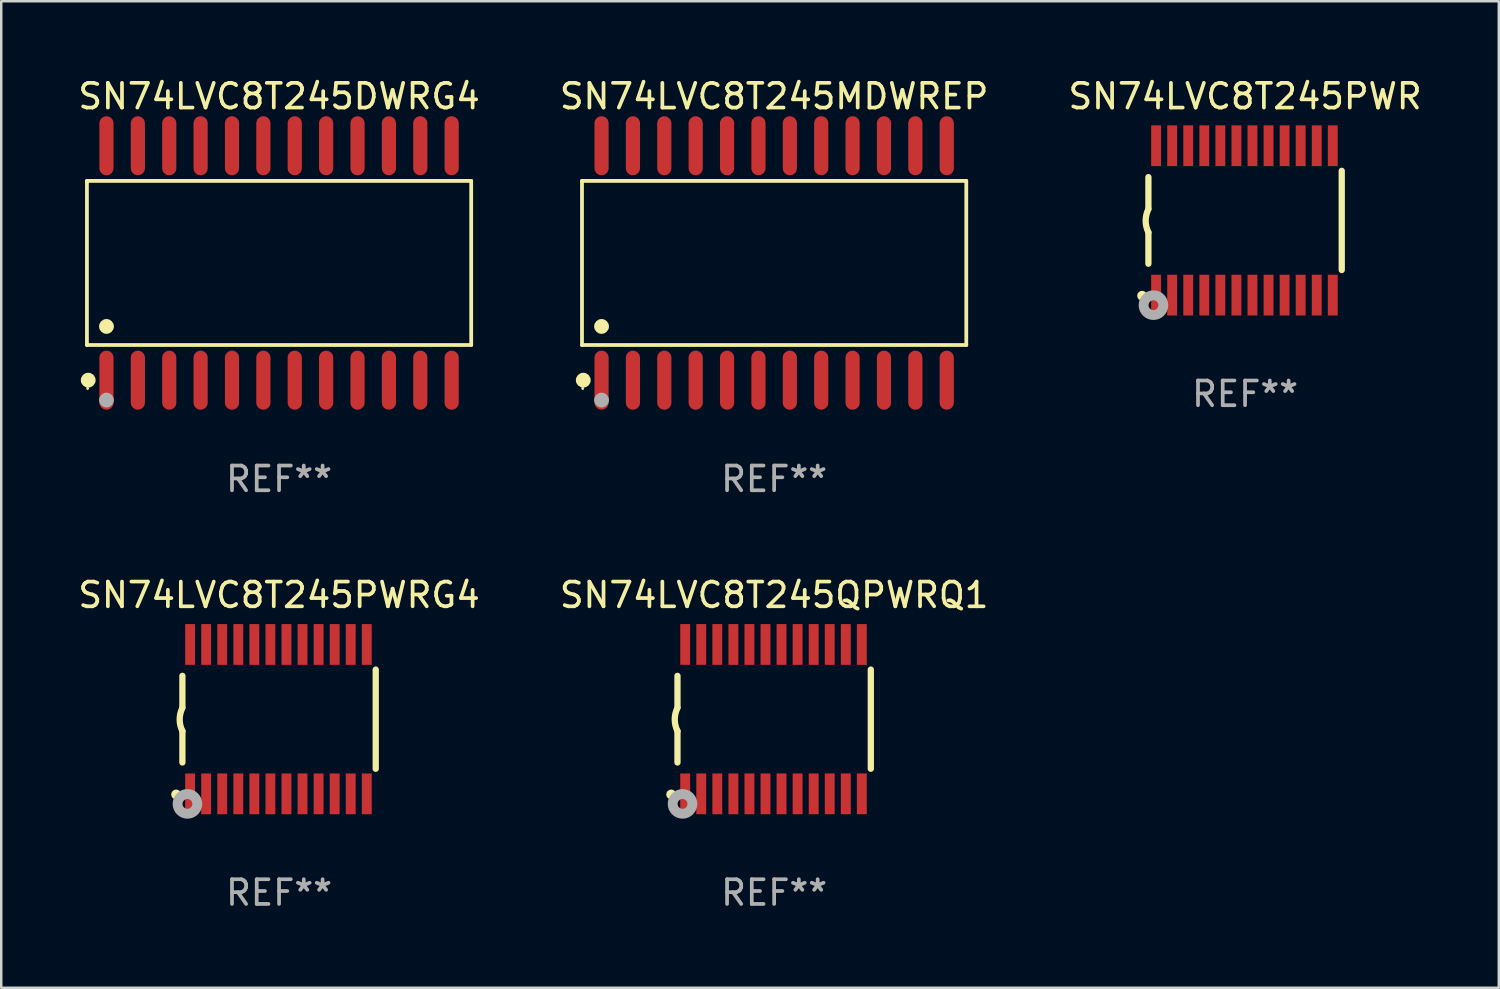
<source format=kicad_pcb>
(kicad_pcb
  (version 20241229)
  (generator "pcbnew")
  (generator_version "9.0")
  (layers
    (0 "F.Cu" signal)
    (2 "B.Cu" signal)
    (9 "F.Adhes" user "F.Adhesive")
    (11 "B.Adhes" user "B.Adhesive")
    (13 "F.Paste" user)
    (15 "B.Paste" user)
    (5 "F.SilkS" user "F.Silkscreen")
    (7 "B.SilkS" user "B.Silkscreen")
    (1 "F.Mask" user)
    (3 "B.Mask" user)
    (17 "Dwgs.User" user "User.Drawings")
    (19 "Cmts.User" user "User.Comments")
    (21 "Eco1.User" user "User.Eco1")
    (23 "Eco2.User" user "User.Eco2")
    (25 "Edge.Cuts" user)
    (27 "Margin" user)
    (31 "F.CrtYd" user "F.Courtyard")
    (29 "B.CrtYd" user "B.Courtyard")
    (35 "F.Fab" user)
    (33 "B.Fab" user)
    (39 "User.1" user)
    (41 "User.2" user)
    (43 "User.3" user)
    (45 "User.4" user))
  (footprint "SN74LVC8T245PWRG4"
    (layer "F.Cu")
    (at 8.244 26.055)
    (property "Reference" "SN74LVC8T245PWRG4" (at 0 -5.023 0) (layer "F.SilkS") (effects (font (size 1 1) (thickness 0.15))))
    (attr through_hole)
    (fp_line (start -3.912 -0.483) (end -3.912 -1.753) (stroke (width 0.254) (type solid)) (layer "F.SilkS"))
    (fp_line (start -3.912 1.753) (end -3.912 0.483) (stroke (width 0.254) (type solid)) (layer "F.SilkS"))
    (fp_line (start 3.912 -2.007) (end 3.912 2.007) (stroke (width 0.254) (type solid)) (layer "F.SilkS"))
    (fp_arc (start -3.911608 0.482601) (mid -4.022537 0.0127) (end -3.911608 -0.457201) (stroke (width 0.254001) (type solid)) (layer "F.SilkS"))
    (fp_circle (center -4.166 3.048) (end -4.066 3.048) (stroke (width 0.2) (type solid)) (fill no) (layer "F.SilkS"))
    (fp_circle (center -3.925 3.186) (end -3.895 3.186) (stroke (width 0.06) (type solid)) (fill no) (layer "F.SilkS"))
    (fp_circle (center -3.708 3.429) (end -3.509 3.429) (stroke (width 0.4) (type solid)) (fill no) (layer "F.Fab"))
    (fp_text user "REF**" (at 0 7.023 0) (layer "F.Fab") (effects (font (size 1 1) (thickness 0.15))))
    (pad "1" smd rect (at -3.6 3.023) (size 0.4 1.65) (layers "F.Cu" "F.Mask" "F.Paste"))
    (pad "2" smd rect (at -2.95 3.023) (size 0.4 1.65) (layers "F.Cu" "F.Mask" "F.Paste"))
    (pad "3" smd rect (at -2.3 3.023) (size 0.4 1.65) (layers "F.Cu" "F.Mask" "F.Paste"))
    (pad "4" smd rect (at -1.65 3.023) (size 0.4 1.65) (layers "F.Cu" "F.Mask" "F.Paste"))
    (pad "5" smd rect (at -1 3.023) (size 0.4 1.65) (layers "F.Cu" "F.Mask" "F.Paste"))
    (pad "6" smd rect (at -0.35 3.023) (size 0.4 1.65) (layers "F.Cu" "F.Mask" "F.Paste"))
    (pad "7" smd rect (at 0.299 3.023) (size 0.4 1.65) (layers "F.Cu" "F.Mask" "F.Paste"))
    (pad "8" smd rect (at 0.95 3.023) (size 0.4 1.65) (layers "F.Cu" "F.Mask" "F.Paste"))
    (pad "9" smd rect (at 1.6 3.023) (size 0.4 1.65) (layers "F.Cu" "F.Mask" "F.Paste"))
    (pad "10" smd rect (at 2.25 3.023) (size 0.4 1.65) (layers "F.Cu" "F.Mask" "F.Paste"))
    (pad "11" smd rect (at 2.9 3.023) (size 0.4 1.65) (layers "F.Cu" "F.Mask" "F.Paste"))
    (pad "12" smd rect (at 3.549 3.023) (size 0.4 1.65) (layers "F.Cu" "F.Mask" "F.Paste"))
    (pad "13" smd rect (at 3.549 -3.023) (size 0.4 1.65) (layers "F.Cu" "F.Mask" "F.Paste"))
    (pad "14" smd rect (at 2.9 -3.023) (size 0.4 1.65) (layers "F.Cu" "F.Mask" "F.Paste"))
    (pad "15" smd rect (at 2.25 -3.023) (size 0.4 1.65) (layers "F.Cu" "F.Mask" "F.Paste"))
    (pad "16" smd rect (at 1.6 -3.023) (size 0.4 1.65) (layers "F.Cu" "F.Mask" "F.Paste"))
    (pad "17" smd rect (at 0.95 -3.023) (size 0.4 1.65) (layers "F.Cu" "F.Mask" "F.Paste"))
    (pad "18" smd rect (at 0.299 -3.023) (size 0.4 1.65) (layers "F.Cu" "F.Mask" "F.Paste"))
    (pad "19" smd rect (at -0.35 -3.023) (size 0.4 1.65) (layers "F.Cu" "F.Mask" "F.Paste"))
    (pad "20" smd rect (at -1 -3.023) (size 0.4 1.65) (layers "F.Cu" "F.Mask" "F.Paste"))
    (pad "21" smd rect (at -1.65 -3.023) (size 0.4 1.65) (layers "F.Cu" "F.Mask" "F.Paste"))
    (pad "22" smd rect (at -2.3 -3.023) (size 0.4 1.65) (layers "F.Cu" "F.Mask" "F.Paste"))
    (pad "23" smd rect (at -2.95 -3.023) (size 0.4 1.65) (layers "F.Cu" "F.Mask" "F.Paste"))
    (pad "24" smd rect (at -3.6 -3.023) (size 0.4 1.65) (layers "F.Cu" "F.Mask" "F.Paste")))
  (footprint "SN74LVC8T245QPWRQ1"
    (layer "F.Cu")
    (at 28.28 26.055)
    (property "Reference" "SN74LVC8T245QPWRQ1" (at 0 -5.023 0) (layer "F.SilkS") (effects (font (size 1 1) (thickness 0.15))))
    (attr through_hole)
    (fp_line (start -3.912 -0.483) (end -3.912 -1.753) (stroke (width 0.254) (type solid)) (layer "F.SilkS"))
    (fp_line (start -3.912 1.753) (end -3.912 0.483) (stroke (width 0.254) (type solid)) (layer "F.SilkS"))
    (fp_line (start 3.912 -2.007) (end 3.912 2.007) (stroke (width 0.254) (type solid)) (layer "F.SilkS"))
    (fp_arc (start -3.911608 0.482601) (mid -4.022537 0.0127) (end -3.911608 -0.457201) (stroke (width 0.254001) (type solid)) (layer "F.SilkS"))
    (fp_circle (center -4.166 3.048) (end -4.066 3.048) (stroke (width 0.2) (type solid)) (fill no) (layer "F.SilkS"))
    (fp_circle (center -3.925 3.186) (end -3.895 3.186) (stroke (width 0.06) (type solid)) (fill no) (layer "F.SilkS"))
    (fp_circle (center -3.708 3.429) (end -3.509 3.429) (stroke (width 0.4) (type solid)) (fill no) (layer "F.Fab"))
    (fp_text user "REF**" (at 0 7.023 0) (layer "F.Fab") (effects (font (size 1 1) (thickness 0.15))))
    (pad "1" smd rect (at -3.6 3.023) (size 0.4 1.65) (layers "F.Cu" "F.Mask" "F.Paste"))
    (pad "2" smd rect (at -2.95 3.023) (size 0.4 1.65) (layers "F.Cu" "F.Mask" "F.Paste"))
    (pad "3" smd rect (at -2.3 3.023) (size 0.4 1.65) (layers "F.Cu" "F.Mask" "F.Paste"))
    (pad "4" smd rect (at -1.65 3.023) (size 0.4 1.65) (layers "F.Cu" "F.Mask" "F.Paste"))
    (pad "5" smd rect (at -1 3.023) (size 0.4 1.65) (layers "F.Cu" "F.Mask" "F.Paste"))
    (pad "6" smd rect (at -0.35 3.023) (size 0.4 1.65) (layers "F.Cu" "F.Mask" "F.Paste"))
    (pad "7" smd rect (at 0.299 3.023) (size 0.4 1.65) (layers "F.Cu" "F.Mask" "F.Paste"))
    (pad "8" smd rect (at 0.95 3.023) (size 0.4 1.65) (layers "F.Cu" "F.Mask" "F.Paste"))
    (pad "9" smd rect (at 1.6 3.023) (size 0.4 1.65) (layers "F.Cu" "F.Mask" "F.Paste"))
    (pad "10" smd rect (at 2.25 3.023) (size 0.4 1.65) (layers "F.Cu" "F.Mask" "F.Paste"))
    (pad "11" smd rect (at 2.9 3.023) (size 0.4 1.65) (layers "F.Cu" "F.Mask" "F.Paste"))
    (pad "12" smd rect (at 3.549 3.023) (size 0.4 1.65) (layers "F.Cu" "F.Mask" "F.Paste"))
    (pad "13" smd rect (at 3.549 -3.023) (size 0.4 1.65) (layers "F.Cu" "F.Mask" "F.Paste"))
    (pad "14" smd rect (at 2.9 -3.023) (size 0.4 1.65) (layers "F.Cu" "F.Mask" "F.Paste"))
    (pad "15" smd rect (at 2.25 -3.023) (size 0.4 1.65) (layers "F.Cu" "F.Mask" "F.Paste"))
    (pad "16" smd rect (at 1.6 -3.023) (size 0.4 1.65) (layers "F.Cu" "F.Mask" "F.Paste"))
    (pad "17" smd rect (at 0.95 -3.023) (size 0.4 1.65) (layers "F.Cu" "F.Mask" "F.Paste"))
    (pad "18" smd rect (at 0.299 -3.023) (size 0.4 1.65) (layers "F.Cu" "F.Mask" "F.Paste"))
    (pad "19" smd rect (at -0.35 -3.023) (size 0.4 1.65) (layers "F.Cu" "F.Mask" "F.Paste"))
    (pad "20" smd rect (at -1 -3.023) (size 0.4 1.65) (layers "F.Cu" "F.Mask" "F.Paste"))
    (pad "21" smd rect (at -1.65 -3.023) (size 0.4 1.65) (layers "F.Cu" "F.Mask" "F.Paste"))
    (pad "22" smd rect (at -2.3 -3.023) (size 0.4 1.65) (layers "F.Cu" "F.Mask" "F.Paste"))
    (pad "23" smd rect (at -2.95 -3.023) (size 0.4 1.65) (layers "F.Cu" "F.Mask" "F.Paste"))
    (pad "24" smd rect (at -3.6 -3.023) (size 0.4 1.65) (layers "F.Cu" "F.Mask" "F.Paste")))
  (footprint "SN74LVC8T245DWRG4"
    (layer "F.Cu")
    (at 8.244 7.592)
    (property "Reference" "SN74LVC8T245DWRG4" (at 0 -6.744 0) (layer "F.SilkS") (effects (font (size 1 1) (thickness 0.15))))
    (attr through_hole)
    (fp_line (start -7.776 -3.321) (end 7.776 -3.321) (stroke (width 0.152) (type solid)) (layer "F.SilkS"))
    (fp_line (start -7.776 3.321) (end -7.776 -3.321) (stroke (width 0.152) (type solid)) (layer "F.SilkS"))
    (fp_line (start 7.776 -3.321) (end 7.776 3.321) (stroke (width 0.152) (type solid)) (layer "F.SilkS"))
    (fp_line (start 7.776 3.321) (end -7.776 3.321) (stroke (width 0.152) (type solid)) (layer "F.SilkS"))
    (fp_circle (center -7.747 5.08) (end -7.717 5.08) (stroke (width 0.06) (type solid)) (fill no) (layer "F.SilkS"))
    (fp_circle (center -7.724 4.744) (end -7.574 4.744) (stroke (width 0.3) (type solid)) (fill no) (layer "F.SilkS"))
    (fp_circle (center -6.985 2.569) (end -6.835 2.569) (stroke (width 0.3) (type solid)) (fill no) (layer "F.SilkS"))
    (fp_circle (center -6.985 5.55) (end -6.835 5.55) (stroke (width 0.3) (type solid)) (fill no) (layer "F.Fab"))
    (fp_text user "REF**" (at 0 8.744 0) (layer "F.Fab") (effects (font (size 1 1) (thickness 0.15))))
    (pad "1" smd oval (at -6.985 4.744) (size 0.574 2.388) (layers "F.Cu" "F.Mask" "F.Paste"))
    (pad "2" smd oval (at -5.715 4.744) (size 0.574 2.388) (layers "F.Cu" "F.Mask" "F.Paste"))
    (pad "3" smd oval (at -4.445 4.744) (size 0.574 2.388) (layers "F.Cu" "F.Mask" "F.Paste"))
    (pad "4" smd oval (at -3.175 4.744) (size 0.574 2.388) (layers "F.Cu" "F.Mask" "F.Paste"))
    (pad "5" smd oval (at -1.905 4.744) (size 0.574 2.388) (layers "F.Cu" "F.Mask" "F.Paste"))
    (pad "6" smd oval (at -0.635 4.744) (size 0.574 2.388) (layers "F.Cu" "F.Mask" "F.Paste"))
    (pad "7" smd oval (at 0.635 4.744) (size 0.574 2.388) (layers "F.Cu" "F.Mask" "F.Paste"))
    (pad "8" smd oval (at 1.905 4.744) (size 0.574 2.388) (layers "F.Cu" "F.Mask" "F.Paste"))
    (pad "9" smd oval (at 3.175 4.744) (size 0.574 2.388) (layers "F.Cu" "F.Mask" "F.Paste"))
    (pad "10" smd oval (at 4.445 4.744) (size 0.574 2.388) (layers "F.Cu" "F.Mask" "F.Paste"))
    (pad "11" smd oval (at 5.715 4.744) (size 0.574 2.388) (layers "F.Cu" "F.Mask" "F.Paste"))
    (pad "12" smd oval (at 6.985 4.744) (size 0.574 2.388) (layers "F.Cu" "F.Mask" "F.Paste"))
    (pad "13" smd oval (at 6.985 -4.744) (size 0.574 2.388) (layers "F.Cu" "F.Mask" "F.Paste"))
    (pad "14" smd oval (at 5.715 -4.744) (size 0.574 2.388) (layers "F.Cu" "F.Mask" "F.Paste"))
    (pad "15" smd oval (at 4.445 -4.744) (size 0.574 2.388) (layers "F.Cu" "F.Mask" "F.Paste"))
    (pad "16" smd oval (at 3.175 -4.744) (size 0.574 2.388) (layers "F.Cu" "F.Mask" "F.Paste"))
    (pad "17" smd oval (at 1.905 -4.744) (size 0.574 2.388) (layers "F.Cu" "F.Mask" "F.Paste"))
    (pad "18" smd oval (at 0.635 -4.744) (size 0.574 2.388) (layers "F.Cu" "F.Mask" "F.Paste"))
    (pad "19" smd oval (at -0.635 -4.744) (size 0.574 2.388) (layers "F.Cu" "F.Mask" "F.Paste"))
    (pad "20" smd oval (at -1.905 -4.744) (size 0.574 2.388) (layers "F.Cu" "F.Mask" "F.Paste"))
    (pad "21" smd oval (at -3.175 -4.744) (size 0.574 2.388) (layers "F.Cu" "F.Mask" "F.Paste"))
    (pad "22" smd oval (at -4.445 -4.744) (size 0.574 2.388) (layers "F.Cu" "F.Mask" "F.Paste"))
    (pad "23" smd oval (at -5.715 -4.744) (size 0.574 2.388) (layers "F.Cu" "F.Mask" "F.Paste"))
    (pad "24" smd oval (at -6.985 -4.744) (size 0.574 2.388) (layers "F.Cu" "F.Mask" "F.Paste")))
  (footprint "SN74LVC8T245PWR"
    (layer "F.Cu")
    (at 47.339 5.871)
    (property "Reference" "SN74LVC8T245PWR" (at 0 -5.023 0) (layer "F.SilkS") (effects (font (size 1 1) (thickness 0.15))))
    (attr through_hole)
    (fp_line (start -3.912 -0.483) (end -3.912 -1.753) (stroke (width 0.254) (type solid)) (layer "F.SilkS"))
    (fp_line (start -3.912 1.753) (end -3.912 0.483) (stroke (width 0.254) (type solid)) (layer "F.SilkS"))
    (fp_line (start 3.912 -2.007) (end 3.912 2.007) (stroke (width 0.254) (type solid)) (layer "F.SilkS"))
    (fp_arc (start -3.911608 0.482601) (mid -4.022537 0.0127) (end -3.911608 -0.457201) (stroke (width 0.254001) (type solid)) (layer "F.SilkS"))
    (fp_circle (center -4.166 3.048) (end -4.066 3.048) (stroke (width 0.2) (type solid)) (fill no) (layer "F.SilkS"))
    (fp_circle (center -3.925 3.186) (end -3.895 3.186) (stroke (width 0.06) (type solid)) (fill no) (layer "F.SilkS"))
    (fp_circle (center -3.708 3.429) (end -3.509 3.429) (stroke (width 0.4) (type solid)) (fill no) (layer "F.Fab"))
    (fp_text user "REF**" (at 0 7.023 0) (layer "F.Fab") (effects (font (size 1 1) (thickness 0.15))))
    (pad "1" smd rect (at -3.6 3.023) (size 0.4 1.65) (layers "F.Cu" "F.Mask" "F.Paste"))
    (pad "2" smd rect (at -2.95 3.023) (size 0.4 1.65) (layers "F.Cu" "F.Mask" "F.Paste"))
    (pad "3" smd rect (at -2.3 3.023) (size 0.4 1.65) (layers "F.Cu" "F.Mask" "F.Paste"))
    (pad "4" smd rect (at -1.65 3.023) (size 0.4 1.65) (layers "F.Cu" "F.Mask" "F.Paste"))
    (pad "5" smd rect (at -1 3.023) (size 0.4 1.65) (layers "F.Cu" "F.Mask" "F.Paste"))
    (pad "6" smd rect (at -0.35 3.023) (size 0.4 1.65) (layers "F.Cu" "F.Mask" "F.Paste"))
    (pad "7" smd rect (at 0.299 3.023) (size 0.4 1.65) (layers "F.Cu" "F.Mask" "F.Paste"))
    (pad "8" smd rect (at 0.95 3.023) (size 0.4 1.65) (layers "F.Cu" "F.Mask" "F.Paste"))
    (pad "9" smd rect (at 1.6 3.023) (size 0.4 1.65) (layers "F.Cu" "F.Mask" "F.Paste"))
    (pad "10" smd rect (at 2.25 3.023) (size 0.4 1.65) (layers "F.Cu" "F.Mask" "F.Paste"))
    (pad "11" smd rect (at 2.9 3.023) (size 0.4 1.65) (layers "F.Cu" "F.Mask" "F.Paste"))
    (pad "12" smd rect (at 3.549 3.023) (size 0.4 1.65) (layers "F.Cu" "F.Mask" "F.Paste"))
    (pad "13" smd rect (at 3.549 -3.023) (size 0.4 1.65) (layers "F.Cu" "F.Mask" "F.Paste"))
    (pad "14" smd rect (at 2.9 -3.023) (size 0.4 1.65) (layers "F.Cu" "F.Mask" "F.Paste"))
    (pad "15" smd rect (at 2.25 -3.023) (size 0.4 1.65) (layers "F.Cu" "F.Mask" "F.Paste"))
    (pad "16" smd rect (at 1.6 -3.023) (size 0.4 1.65) (layers "F.Cu" "F.Mask" "F.Paste"))
    (pad "17" smd rect (at 0.95 -3.023) (size 0.4 1.65) (layers "F.Cu" "F.Mask" "F.Paste"))
    (pad "18" smd rect (at 0.299 -3.023) (size 0.4 1.65) (layers "F.Cu" "F.Mask" "F.Paste"))
    (pad "19" smd rect (at -0.35 -3.023) (size 0.4 1.65) (layers "F.Cu" "F.Mask" "F.Paste"))
    (pad "20" smd rect (at -1 -3.023) (size 0.4 1.65) (layers "F.Cu" "F.Mask" "F.Paste"))
    (pad "21" smd rect (at -1.65 -3.023) (size 0.4 1.65) (layers "F.Cu" "F.Mask" "F.Paste"))
    (pad "22" smd rect (at -2.3 -3.023) (size 0.4 1.65) (layers "F.Cu" "F.Mask" "F.Paste"))
    (pad "23" smd rect (at -2.95 -3.023) (size 0.4 1.65) (layers "F.Cu" "F.Mask" "F.Paste"))
    (pad "24" smd rect (at -3.6 -3.023) (size 0.4 1.65) (layers "F.Cu" "F.Mask" "F.Paste")))
  (footprint "SN74LVC8T245MDWREP"
    (layer "F.Cu")
    (at 28.28 7.592)
    (property "Reference" "SN74LVC8T245MDWREP" (at 0 -6.744 0) (layer "F.SilkS") (effects (font (size 1 1) (thickness 0.15))))
    (attr through_hole)
    (fp_line (start -7.776 -3.321) (end 7.776 -3.321) (stroke (width 0.152) (type solid)) (layer "F.SilkS"))
    (fp_line (start -7.776 3.321) (end -7.776 -3.321) (stroke (width 0.152) (type solid)) (layer "F.SilkS"))
    (fp_line (start 7.776 -3.321) (end 7.776 3.321) (stroke (width 0.152) (type solid)) (layer "F.SilkS"))
    (fp_line (start 7.776 3.321) (end -7.776 3.321) (stroke (width 0.152) (type solid)) (layer "F.SilkS"))
    (fp_circle (center -7.747 5.08) (end -7.717 5.08) (stroke (width 0.06) (type solid)) (fill no) (layer "F.SilkS"))
    (fp_circle (center -7.724 4.744) (end -7.574 4.744) (stroke (width 0.3) (type solid)) (fill no) (layer "F.SilkS"))
    (fp_circle (center -6.985 2.569) (end -6.835 2.569) (stroke (width 0.3) (type solid)) (fill no) (layer "F.SilkS"))
    (fp_circle (center -6.985 5.55) (end -6.835 5.55) (stroke (width 0.3) (type solid)) (fill no) (layer "F.Fab"))
    (fp_text user "REF**" (at 0 8.744 0) (layer "F.Fab") (effects (font (size 1 1) (thickness 0.15))))
    (pad "1" smd oval (at -6.985 4.744) (size 0.574 2.388) (layers "F.Cu" "F.Mask" "F.Paste"))
    (pad "2" smd oval (at -5.715 4.744) (size 0.574 2.388) (layers "F.Cu" "F.Mask" "F.Paste"))
    (pad "3" smd oval (at -4.445 4.744) (size 0.574 2.388) (layers "F.Cu" "F.Mask" "F.Paste"))
    (pad "4" smd oval (at -3.175 4.744) (size 0.574 2.388) (layers "F.Cu" "F.Mask" "F.Paste"))
    (pad "5" smd oval (at -1.905 4.744) (size 0.574 2.388) (layers "F.Cu" "F.Mask" "F.Paste"))
    (pad "6" smd oval (at -0.635 4.744) (size 0.574 2.388) (layers "F.Cu" "F.Mask" "F.Paste"))
    (pad "7" smd oval (at 0.635 4.744) (size 0.574 2.388) (layers "F.Cu" "F.Mask" "F.Paste"))
    (pad "8" smd oval (at 1.905 4.744) (size 0.574 2.388) (layers "F.Cu" "F.Mask" "F.Paste"))
    (pad "9" smd oval (at 3.175 4.744) (size 0.574 2.388) (layers "F.Cu" "F.Mask" "F.Paste"))
    (pad "10" smd oval (at 4.445 4.744) (size 0.574 2.388) (layers "F.Cu" "F.Mask" "F.Paste"))
    (pad "11" smd oval (at 5.715 4.744) (size 0.574 2.388) (layers "F.Cu" "F.Mask" "F.Paste"))
    (pad "12" smd oval (at 6.985 4.744) (size 0.574 2.388) (layers "F.Cu" "F.Mask" "F.Paste"))
    (pad "13" smd oval (at 6.985 -4.744) (size 0.574 2.388) (layers "F.Cu" "F.Mask" "F.Paste"))
    (pad "14" smd oval (at 5.715 -4.744) (size 0.574 2.388) (layers "F.Cu" "F.Mask" "F.Paste"))
    (pad "15" smd oval (at 4.445 -4.744) (size 0.574 2.388) (layers "F.Cu" "F.Mask" "F.Paste"))
    (pad "16" smd oval (at 3.175 -4.744) (size 0.574 2.388) (layers "F.Cu" "F.Mask" "F.Paste"))
    (pad "17" smd oval (at 1.905 -4.744) (size 0.574 2.388) (layers "F.Cu" "F.Mask" "F.Paste"))
    (pad "18" smd oval (at 0.635 -4.744) (size 0.574 2.388) (layers "F.Cu" "F.Mask" "F.Paste"))
    (pad "19" smd oval (at -0.635 -4.744) (size 0.574 2.388) (layers "F.Cu" "F.Mask" "F.Paste"))
    (pad "20" smd oval (at -1.905 -4.744) (size 0.574 2.388) (layers "F.Cu" "F.Mask" "F.Paste"))
    (pad "21" smd oval (at -3.175 -4.744) (size 0.574 2.388) (layers "F.Cu" "F.Mask" "F.Paste"))
    (pad "22" smd oval (at -4.445 -4.744) (size 0.574 2.388) (layers "F.Cu" "F.Mask" "F.Paste"))
    (pad "23" smd oval (at -5.715 -4.744) (size 0.574 2.388) (layers "F.Cu" "F.Mask" "F.Paste"))
    (pad "24" smd oval (at -6.985 -4.744) (size 0.574 2.388) (layers "F.Cu" "F.Mask" "F.Paste")))
  (gr_rect
    (start -3 -3)
    (end 57.607 36.926)
    (stroke (width 0.1) (type default))
    (fill no)
    (layer "Edge.Cuts")))
</source>
